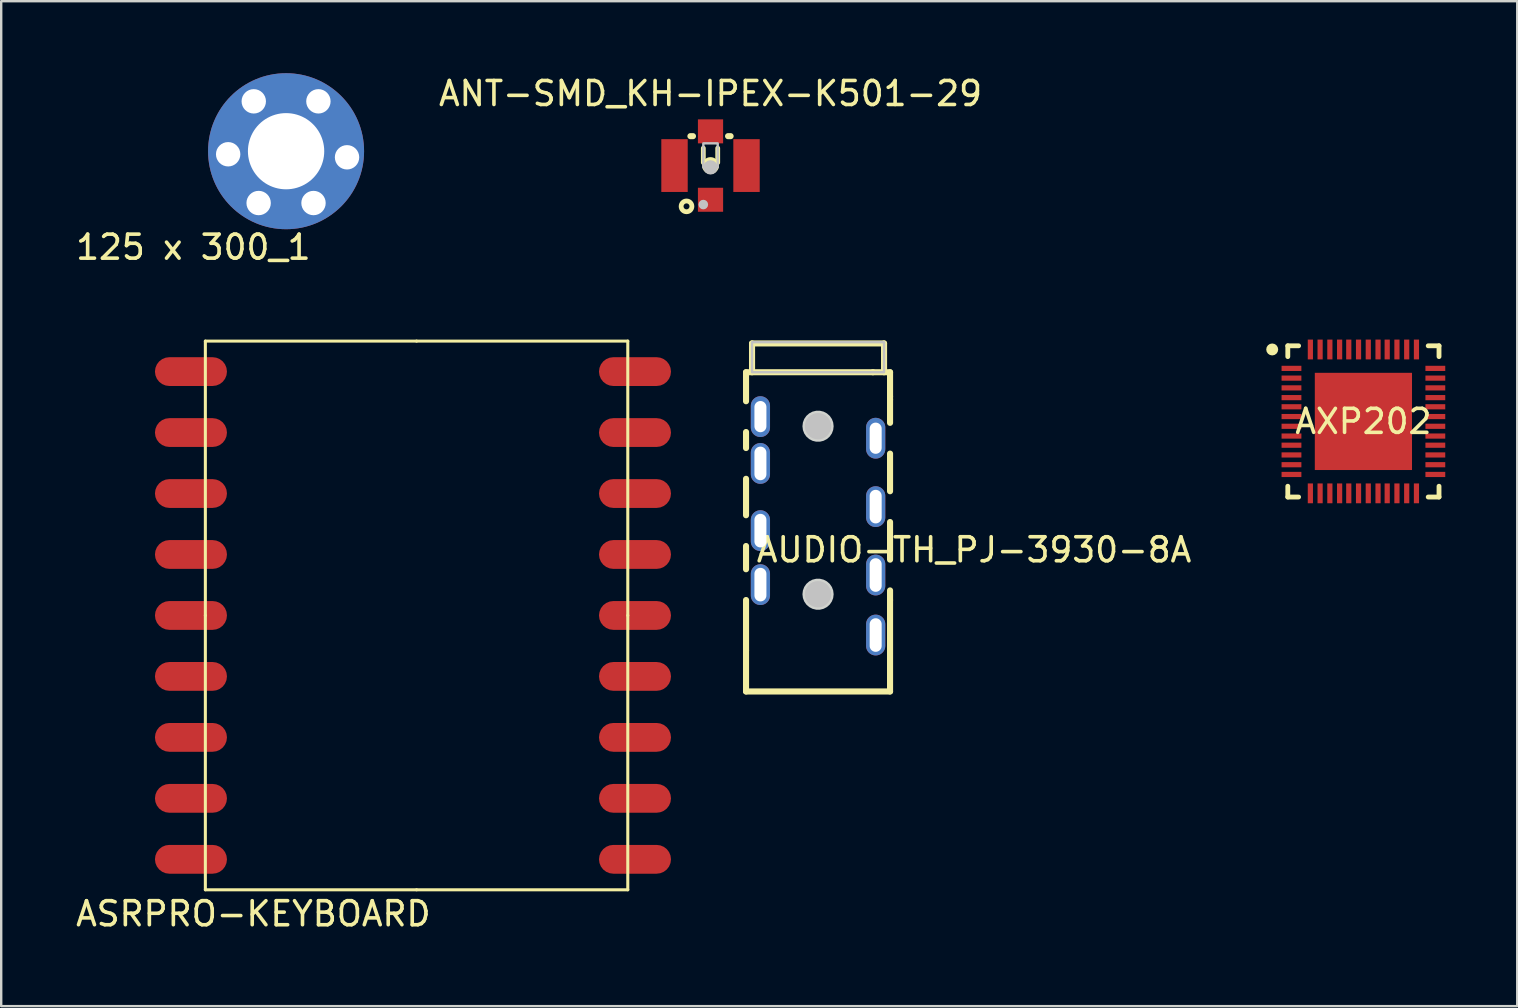
<source format=kicad_pcb>
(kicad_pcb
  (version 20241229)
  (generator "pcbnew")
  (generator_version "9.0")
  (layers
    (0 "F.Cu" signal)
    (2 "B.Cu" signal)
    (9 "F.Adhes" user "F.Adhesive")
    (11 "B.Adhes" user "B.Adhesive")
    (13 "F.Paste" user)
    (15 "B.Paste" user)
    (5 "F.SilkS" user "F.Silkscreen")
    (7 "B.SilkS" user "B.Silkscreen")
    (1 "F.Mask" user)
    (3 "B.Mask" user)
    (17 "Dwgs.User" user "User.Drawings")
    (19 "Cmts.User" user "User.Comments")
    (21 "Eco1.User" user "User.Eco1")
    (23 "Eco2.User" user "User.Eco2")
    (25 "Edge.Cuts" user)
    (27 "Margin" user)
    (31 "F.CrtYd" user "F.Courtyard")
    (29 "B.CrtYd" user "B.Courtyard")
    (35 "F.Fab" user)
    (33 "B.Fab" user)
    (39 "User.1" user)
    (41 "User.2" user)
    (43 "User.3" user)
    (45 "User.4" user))
  (footprint "AUDIO-TH_PJ-3930-8A"
    (layer "F.Cu")
    (at 31.033 18.858)
    (property "Reference" "AUDIO-TH_PJ-3930-8A" (at 6.5 1 0) (layer "F.SilkS") (effects (font (size 1 1) (thickness 0.15))))
    (fp_line (start -3 -6.399) (end -3 -5.191) (stroke (width 0.254) (type default)) (layer "F.SilkS"))
    (fp_line (start -3 -6.399) (end 2.286 -6.399) (stroke (width 0.254) (type default)) (layer "F.SilkS"))
    (fp_line (start -3 -3.909) (end -3 -3.241) (stroke (width 0.254) (type default)) (layer "F.SilkS"))
    (fp_line (start -3 -1.959) (end -3 -0.441) (stroke (width 0.254) (type default)) (layer "F.SilkS"))
    (fp_line (start -3 0.841) (end -3 1.809) (stroke (width 0.254) (type default)) (layer "F.SilkS"))
    (fp_line (start -3 3.091) (end -3 5.191) (stroke (width 0.254) (type default)) (layer "F.SilkS"))
    (fp_line (start -3 5.191) (end -3 6.901) (stroke (width 0.254) (type default)) (layer "F.SilkS"))
    (fp_line (start -3 6.901) (end 3 6.901) (stroke (width 0.254) (type default)) (layer "F.SilkS"))
    (fp_line (start -2.75 -7.599) (end 2.75 -7.599) (stroke (width 0.254) (type default)) (layer "F.SilkS"))
    (fp_line (start -2.75 -6.399) (end -2.75 -7.599) (stroke (width 0.254) (type default)) (layer "F.SilkS"))
    (fp_line (start 2.286 -6.399) (end 3 -6.399) (stroke (width 0.254) (type default)) (layer "F.SilkS"))
    (fp_line (start 2.75 -7.599) (end 2.75 -6.399) (stroke (width 0.254) (type default)) (layer "F.SilkS"))
    (fp_line (start 3 -6.399) (end 3 -5.391) (stroke (width 0.254) (type default)) (layer "F.SilkS"))
    (fp_line (start 3 -5.256) (end 3 -5.391) (stroke (width 0.254) (type default)) (layer "F.SilkS"))
    (fp_line (start 3 -4.291) (end 3 -5.256) (stroke (width 0.254) (type default)) (layer "F.SilkS"))
    (fp_line (start 3 -1.441) (end 3 -3.009) (stroke (width 0.254) (type default)) (layer "F.SilkS"))
    (fp_line (start 3 1.409) (end 3 -0.159) (stroke (width 0.254) (type default)) (layer "F.SilkS"))
    (fp_line (start 3 3.093) (end 3 2.691) (stroke (width 0.254) (type default)) (layer "F.SilkS"))
    (fp_line (start 3 3.093) (end 3 6.901) (stroke (width 0.254) (type default)) (layer "F.SilkS"))
    (fp_circle (center 0 -4.15) (end 0.275 -4.15) (stroke (width 0.55) (type default)) (fill no) (layer "Dwgs.User"))
    (fp_circle (center 0 2.85) (end 0.275 2.85) (stroke (width 0.55) (type default)) (fill no) (layer "Dwgs.User"))
    (fp_poly (pts (xy -2.75 -6.4) (xy -2.75 -7.65) (xy 2.75 -7.65) (xy 2.75 -6.4)) (stroke (width 0.1) (type default)) (fill no) (layer "Dwgs.User"))
    (fp_poly (pts (xy 0.65 -4.15) (xy 0.631 -4.306) (xy 0.576 -4.452) (xy 0.487 -4.581) (xy 0.369 -4.685) (xy 0.23 -4.758) (xy 0.078 -4.795) (xy -0.078 -4.795) (xy -0.23 -4.758) (xy -0.369 -4.685) (xy -0.487 -4.581) (xy -0.576 -4.452) (xy -0.631 -4.306) (xy -0.65 -4.15) (xy -0.631 -3.994) (xy -0.576 -3.848) (xy -0.487 -3.719) (xy -0.369 -3.615) (xy -0.23 -3.542) (xy -0.078 -3.505) (xy 0.078 -3.505) (xy 0.23 -3.542) (xy 0.369 -3.615) (xy 0.487 -3.719) (xy 0.576 -3.848) (xy 0.631 -3.994)) (stroke (width 0) (type default)) (fill yes) (layer "Edge.Cuts"))
    (fp_poly (pts (xy 0.65 2.85) (xy 0.631 2.694) (xy 0.576 2.548) (xy 0.487 2.419) (xy 0.369 2.315) (xy 0.23 2.242) (xy 0.078 2.205) (xy -0.078 2.205) (xy -0.23 2.242) (xy -0.369 2.315) (xy -0.487 2.419) (xy -0.576 2.548) (xy -0.631 2.694) (xy -0.65 2.85) (xy -0.631 3.006) (xy -0.576 3.152) (xy -0.487 3.281) (xy -0.369 3.385) (xy -0.23 3.458) (xy -0.078 3.495) (xy 0.078 3.495) (xy 0.23 3.458) (xy 0.369 3.385) (xy 0.487 3.281) (xy 0.576 3.152) (xy 0.631 3.006)) (stroke (width 0) (type default)) (fill yes) (layer "Edge.Cuts"))
    (fp_poly (pts (xy -2.276 -5.05) (xy -2.526 -5.05) (xy -2.526 -4.05) (xy -2.276 -4.05)) (stroke (width 0.1) (type default)) (fill no) (layer "User.1"))
    (fp_poly (pts (xy -2.276 -3.1) (xy -2.526 -3.1) (xy -2.526 -2.1) (xy -2.276 -2.1)) (stroke (width 0.1) (type default)) (fill no) (layer "User.1"))
    (fp_poly (pts (xy -2.276 -0.3) (xy -2.526 -0.3) (xy -2.526 0.7) (xy -2.276 0.7)) (stroke (width 0.1) (type default)) (fill no) (layer "User.1"))
    (fp_poly (pts (xy -2.276 1.95) (xy -2.526 1.95) (xy -2.526 2.95) (xy -2.276 2.95)) (stroke (width 0.1) (type default)) (fill no) (layer "User.1"))
    (fp_poly (pts (xy 2.526 -4.15) (xy 2.276 -4.15) (xy 2.276 -3.15) (xy 2.526 -3.15)) (stroke (width 0.1) (type default)) (fill no) (layer "User.1"))
    (fp_poly (pts (xy 2.526 -1.3) (xy 2.276 -1.3) (xy 2.276 -0.3) (xy 2.526 -0.3)) (stroke (width 0.1) (type default)) (fill no) (layer "User.1"))
    (fp_poly (pts (xy 2.526 1.55) (xy 2.276 1.55) (xy 2.276 2.55) (xy 2.526 2.55)) (stroke (width 0.1) (type default)) (fill no) (layer "User.1"))
    (fp_poly (pts (xy 2.526 4.05) (xy 2.276 4.05) (xy 2.276 5.05) (xy 2.526 5.05)) (stroke (width 0.1) (type default)) (fill no) (layer "User.1"))
    (fp_line (start -3 -6.45) (end -2.75 -6.45) (stroke (width 0.051) (type default)) (layer "User.2"))
    (fp_line (start -3 7.05) (end -3 -6.45) (stroke (width 0.051) (type default)) (layer "User.2"))
    (fp_line (start -2.75 -7.65) (end 2.75 -7.65) (stroke (width 0.051) (type default)) (layer "User.2"))
    (fp_line (start -2.75 -6.45) (end -2.75 -7.65) (stroke (width 0.051) (type default)) (layer "User.2"))
    (fp_line (start 2.75 -7.65) (end 2.75 -6.45) (stroke (width 0.051) (type default)) (layer "User.2"))
    (fp_line (start 2.75 -6.45) (end 3 -6.45) (stroke (width 0.051) (type default)) (layer "User.2"))
    (fp_line (start 3 -6.45) (end 3 7.05) (stroke (width 0.051) (type default)) (layer "User.2"))
    (fp_line (start 3 7.05) (end -3 7.05) (stroke (width 0.051) (type default)) (layer "User.2"))
    (fp_poly (pts (xy -2.91 -7.65) (xy -2.928 -7.692) (xy -2.97 -7.71) (xy -3.012 -7.692) (xy -3.03 -7.65) (xy -3.012 -7.608) (xy -2.97 -7.59) (xy -2.928 -7.608)) (stroke (width 0.1) (type default)) (fill no) (layer "User.3"))
    (pad "1" thru_hole oval (at 2.401 -3.65) (size 0.8 1.7) (drill oval 0.5 1.3) (layers "*.Cu" "*.Mask"))
    (pad "2" thru_hole oval (at -2.401 2.45) (size 0.8 1.7) (drill oval 0.5 1.4) (layers "*.Cu" "*.Mask"))
    (pad "3" thru_hole oval (at 2.401 2.05) (size 0.8 1.7) (drill oval 0.5 1.4) (layers "*.Cu" "*.Mask"))
    (pad "4" thru_hole oval (at 2.401 -0.8) (size 0.8 1.7) (drill oval 0.5 1.4) (layers "*.Cu" "*.Mask"))
    (pad "5" thru_hole oval (at 2.401 4.55) (size 0.8 1.7) (drill oval 0.5 1.4) (layers "*.Cu" "*.Mask"))
    (pad "6" thru_hole oval (at -2.401 0.2) (size 0.8 1.7) (drill oval 0.5 1.4) (layers "*.Cu" "*.Mask"))
    (pad "7" thru_hole oval (at -2.401 -2.6) (size 0.8 1.7) (drill oval 0.5 1.4) (layers "*.Cu" "*.Mask"))
    (pad "8" thru_hole oval (at -2.401 -4.55) (size 0.8 1.7) (drill oval 0.5 1.3) (layers "*.Cu" "*.Mask")))
  (footprint "AXP202"
    (layer "F.Cu")
    (at 53.755 14.508)
    (property "Reference" "AXP202" (at 0 0 0) (layer "F.SilkS") (effects (font (size 1 1) (thickness 0.15))))
    (fp_line (start -3.15 -3.15) (end -2.7 -3.15) (stroke (width 0.201) (type default)) (layer "F.SilkS"))
    (fp_line (start -3.15 -2.7) (end -3.15 -3.15) (stroke (width 0.201) (type default)) (layer "F.SilkS"))
    (fp_line (start -3.15 3.15) (end -3.15 2.7) (stroke (width 0.201) (type default)) (layer "F.SilkS"))
    (fp_line (start -2.7 3.15) (end -3.15 3.15) (stroke (width 0.201) (type default)) (layer "F.SilkS"))
    (fp_line (start 2.7 3.15) (end 3.15 3.15) (stroke (width 0.201) (type default)) (layer "F.SilkS"))
    (fp_line (start 3.15 -3.15) (end 2.7 -3.15) (stroke (width 0.201) (type default)) (layer "F.SilkS"))
    (fp_line (start 3.15 -2.7) (end 3.15 -3.15) (stroke (width 0.201) (type default)) (layer "F.SilkS"))
    (fp_line (start 3.15 3.15) (end 3.15 2.7) (stroke (width 0.201) (type default)) (layer "F.SilkS"))
    (fp_arc (start -3.6755 -2.997) (mid -3.924509 -2.99875) (end -3.6755 -2.9995) (stroke (width 0.249) (type default)) (layer "F.SilkS"))
    (pad "1" smd rect (at -2.997 -2.21 90) (size 0.216 0.826) (layers "F.Cu" "F.Mask" "F.Paste"))
    (pad "2" smd rect (at -2.997 -1.804 90) (size 0.216 0.826) (layers "F.Cu" "F.Mask" "F.Paste"))
    (pad "3" smd rect (at -2.997 -1.397 90) (size 0.216 0.826) (layers "F.Cu" "F.Mask" "F.Paste"))
    (pad "4" smd rect (at -2.997 -0.991 90) (size 0.216 0.826) (layers "F.Cu" "F.Mask" "F.Paste"))
    (pad "5" smd rect (at -2.997 -0.61 90) (size 0.216 0.826) (layers "F.Cu" "F.Mask" "F.Paste"))
    (pad "6" smd rect (at -2.997 -0.203 90) (size 0.216 0.826) (layers "F.Cu" "F.Mask" "F.Paste"))
    (pad "7" smd rect (at -2.997 0.203 90) (size 0.216 0.826) (layers "F.Cu" "F.Mask" "F.Paste"))
    (pad "8" smd rect (at -2.997 0.61 90) (size 0.216 0.826) (layers "F.Cu" "F.Mask" "F.Paste"))
    (pad "9" smd rect (at -2.997 0.991 90) (size 0.216 0.826) (layers "F.Cu" "F.Mask" "F.Paste"))
    (pad "10" smd rect (at -2.997 1.397 90) (size 0.216 0.826) (layers "F.Cu" "F.Mask" "F.Paste"))
    (pad "11" smd rect (at -2.997 1.804 90) (size 0.216 0.826) (layers "F.Cu" "F.Mask" "F.Paste"))
    (pad "12" smd rect (at -2.997 2.21 90) (size 0.216 0.826) (layers "F.Cu" "F.Mask" "F.Paste"))
    (pad "13" smd rect (at -2.21 2.997) (size 0.216 0.826) (layers "F.Cu" "F.Mask" "F.Paste"))
    (pad "14" smd rect (at -1.804 2.997) (size 0.216 0.826) (layers "F.Cu" "F.Mask" "F.Paste"))
    (pad "15" smd rect (at -1.397 2.997) (size 0.216 0.826) (layers "F.Cu" "F.Mask" "F.Paste"))
    (pad "16" smd rect (at -0.991 2.997) (size 0.216 0.826) (layers "F.Cu" "F.Mask" "F.Paste"))
    (pad "17" smd rect (at -0.61 2.997) (size 0.216 0.826) (layers "F.Cu" "F.Mask" "F.Paste"))
    (pad "18" smd rect (at -0.203 2.997) (size 0.216 0.826) (layers "F.Cu" "F.Mask" "F.Paste"))
    (pad "19" smd rect (at 0.203 2.997) (size 0.216 0.826) (layers "F.Cu" "F.Mask" "F.Paste"))
    (pad "20" smd rect (at 0.61 2.997) (size 0.216 0.826) (layers "F.Cu" "F.Mask" "F.Paste"))
    (pad "21" smd rect (at 0.991 2.997) (size 0.216 0.826) (layers "F.Cu" "F.Mask" "F.Paste"))
    (pad "22" smd rect (at 1.397 2.997) (size 0.216 0.826) (layers "F.Cu" "F.Mask" "F.Paste"))
    (pad "23" smd rect (at 1.804 2.997) (size 0.216 0.826) (layers "F.Cu" "F.Mask" "F.Paste"))
    (pad "24" smd rect (at 2.21 2.997) (size 0.216 0.826) (layers "F.Cu" "F.Mask" "F.Paste"))
    (pad "25" smd rect (at 2.997 2.21 90) (size 0.216 0.826) (layers "F.Cu" "F.Mask" "F.Paste"))
    (pad "26" smd rect (at 2.997 1.804 90) (size 0.216 0.826) (layers "F.Cu" "F.Mask" "F.Paste"))
    (pad "27" smd rect (at 2.997 1.397 90) (size 0.216 0.826) (layers "F.Cu" "F.Mask" "F.Paste"))
    (pad "28" smd rect (at 2.997 0.991 90) (size 0.216 0.826) (layers "F.Cu" "F.Mask" "F.Paste"))
    (pad "29" smd rect (at 2.997 0.61 90) (size 0.216 0.826) (layers "F.Cu" "F.Mask" "F.Paste"))
    (pad "30" smd rect (at 2.997 0.203 90) (size 0.216 0.826) (layers "F.Cu" "F.Mask" "F.Paste"))
    (pad "31" smd rect (at 2.997 -0.203 90) (size 0.216 0.826) (layers "F.Cu" "F.Mask" "F.Paste"))
    (pad "32" smd rect (at 2.997 -0.61 90) (size 0.216 0.826) (layers "F.Cu" "F.Mask" "F.Paste"))
    (pad "33" smd rect (at 2.997 -0.991 90) (size 0.216 0.826) (layers "F.Cu" "F.Mask" "F.Paste"))
    (pad "34" smd rect (at 2.997 -1.397 90) (size 0.216 0.826) (layers "F.Cu" "F.Mask" "F.Paste"))
    (pad "35" smd rect (at 2.997 -1.804 90) (size 0.216 0.826) (layers "F.Cu" "F.Mask" "F.Paste"))
    (pad "36" smd rect (at 2.997 -2.21 90) (size 0.216 0.826) (layers "F.Cu" "F.Mask" "F.Paste"))
    (pad "37" smd rect (at 2.21 -2.997) (size 0.216 0.826) (layers "F.Cu" "F.Mask" "F.Paste"))
    (pad "38" smd rect (at 1.804 -2.997) (size 0.216 0.826) (layers "F.Cu" "F.Mask" "F.Paste"))
    (pad "39" smd rect (at 1.397 -2.997) (size 0.216 0.826) (layers "F.Cu" "F.Mask" "F.Paste"))
    (pad "40" smd rect (at 0.991 -2.997) (size 0.216 0.826) (layers "F.Cu" "F.Mask" "F.Paste"))
    (pad "41" smd rect (at 0.61 -2.997) (size 0.216 0.826) (layers "F.Cu" "F.Mask" "F.Paste"))
    (pad "42" smd rect (at 0.203 -2.997) (size 0.216 0.826) (layers "F.Cu" "F.Mask" "F.Paste"))
    (pad "43" smd rect (at -0.203 -2.997) (size 0.216 0.826) (layers "F.Cu" "F.Mask" "F.Paste"))
    (pad "44" smd rect (at -0.61 -2.997) (size 0.216 0.826) (layers "F.Cu" "F.Mask" "F.Paste"))
    (pad "45" smd rect (at -0.991 -2.997) (size 0.216 0.826) (layers "F.Cu" "F.Mask" "F.Paste"))
    (pad "46" smd rect (at -1.397 -2.997) (size 0.216 0.826) (layers "F.Cu" "F.Mask" "F.Paste"))
    (pad "47" smd rect (at -1.804 -2.997) (size 0.216 0.826) (layers "F.Cu" "F.Mask" "F.Paste"))
    (pad "48" smd rect (at -2.21 -2.997) (size 0.216 0.826) (layers "F.Cu" "F.Mask" "F.Paste"))
    (pad "49" smd rect (at 0 0) (size 4.05 4.05) (layers "F.Cu" "F.Mask" "F.Paste")))
  (footprint "ASRPRO-KEYBOARD"
    (layer "F.Cu")
    (at 5.506 34.022)
    (property "Reference" "ASRPRO-KEYBOARD" (at 2 1 0) (layer "F.SilkS") (effects (font (size 1 1) (thickness 0.15))))
    (fp_line (start 0 -22.86) (end 8.8 -22.86) (stroke (width 0.127) (type default)) (layer "F.SilkS"))
    (fp_line (start 0 -11.43) (end 0 -22.86) (stroke (width 0.127) (type default)) (layer "F.SilkS"))
    (fp_line (start 0 0) (end 0 -11.43) (stroke (width 0.127) (type default)) (layer "F.SilkS"))
    (fp_line (start 0 0) (end 8.8 0) (stroke (width 0.127) (type default)) (layer "F.SilkS"))
    (fp_line (start 8.8 -22.86) (end 17.6 -22.86) (stroke (width 0.127) (type default)) (layer "F.SilkS"))
    (fp_line (start 8.8 0) (end 17.6 0) (stroke (width 0.127) (type default)) (layer "F.SilkS"))
    (fp_line (start 17.6 -11.43) (end 17.6 -22.86) (stroke (width 0.127) (type default)) (layer "F.SilkS"))
    (fp_line (start 17.6 0) (end 17.6 -11.43) (stroke (width 0.127) (type default)) (layer "F.SilkS"))
    (pad "1" smd roundrect (at -0.6 -21.59 90) (size 1.2 3) (layers "F.Cu" "F.Mask" "F.Paste") (roundrect_rratio 0.5))
    (pad "2" smd roundrect (at -0.6 -19.05 90) (size 1.2 3) (layers "F.Cu" "F.Mask" "F.Paste") (roundrect_rratio 0.5))
    (pad "3" smd roundrect (at -0.6 -16.51 90) (size 1.2 3) (layers "F.Cu" "F.Mask" "F.Paste") (roundrect_rratio 0.5))
    (pad "4" smd roundrect (at -0.6 -13.97 90) (size 1.2 3) (layers "F.Cu" "F.Mask" "F.Paste") (roundrect_rratio 0.5))
    (pad "5" smd roundrect (at -0.6 -11.43 90) (size 1.2 3) (layers "F.Cu" "F.Mask" "F.Paste") (roundrect_rratio 0.5))
    (pad "6" smd roundrect (at -0.6 -8.89 90) (size 1.2 3) (layers "F.Cu" "F.Mask" "F.Paste") (roundrect_rratio 0.5))
    (pad "7" smd roundrect (at -0.6 -6.35 90) (size 1.2 3) (layers "F.Cu" "F.Mask" "F.Paste") (roundrect_rratio 0.5))
    (pad "8" smd roundrect (at -0.6 -3.81 90) (size 1.2 3) (layers "F.Cu" "F.Mask" "F.Paste") (roundrect_rratio 0.5))
    (pad "9" smd roundrect (at -0.6 -1.27 90) (size 1.2 3) (layers "F.Cu" "F.Mask" "F.Paste") (roundrect_rratio 0.5))
    (pad "10" smd roundrect (at 17.9 -1.27 90) (size 1.2 3) (layers "F.Cu" "F.Mask" "F.Paste") (roundrect_rratio 0.5))
    (pad "11" smd roundrect (at 17.9 -3.81 90) (size 1.2 3) (layers "F.Cu" "F.Mask" "F.Paste") (roundrect_rratio 0.5))
    (pad "12" smd roundrect (at 17.9 -6.35 90) (size 1.2 3) (layers "F.Cu" "F.Mask" "F.Paste") (roundrect_rratio 0.5))
    (pad "13" smd roundrect (at 17.9 -8.89 90) (size 1.2 3) (layers "F.Cu" "F.Mask" "F.Paste") (roundrect_rratio 0.5))
    (pad "14" smd roundrect (at 17.9 -11.43 90) (size 1.2 3) (layers "F.Cu" "F.Mask" "F.Paste") (roundrect_rratio 0.5))
    (pad "15" smd roundrect (at 17.9 -13.97 90) (size 1.2 3) (layers "F.Cu" "F.Mask" "F.Paste") (roundrect_rratio 0.5))
    (pad "16" smd roundrect (at 17.9 -16.51 90) (size 1.2 3) (layers "F.Cu" "F.Mask" "F.Paste") (roundrect_rratio 0.5))
    (pad "17" smd roundrect (at 17.9 -19.05 90) (size 1.2 3) (layers "F.Cu" "F.Mask" "F.Paste") (roundrect_rratio 0.5))
    (pad "18" smd roundrect (at 17.9 -21.59 90) (size 1.2 3) (layers "F.Cu" "F.Mask" "F.Paste") (roundrect_rratio 0.5)))
  (footprint "125 x 300_1"
    (layer "F.Cu")
    (at 1.506 3.25)
    (property "Reference" "125 x 300_1" (at 3.5 4 0) (layer "F.SilkS") (effects (font (size 1 1) (thickness 0.15))))
    (pad "1" thru_hole circle (at 4.95 0.127) (size 1.016 1.016) (drill oval 1.021 1.016) (layers "*.Cu" "*.Mask"))
    (pad "1" thru_hole circle (at 6.017 -2.078 300) (size 1.016 1.016) (drill oval 1.021 1.016) (layers "*.Cu" "*.Mask"))
    (pad "1" thru_hole circle (at 6.22 2.159 60) (size 1.016 1.016) (drill oval 1.021 1.016) (layers "*.Cu" "*.Mask"))
    (pad "1" thru_hole circle (at 7.363 0) (size 6.5 6.5) (drill oval 3.18 3.175) (layers "*.Cu" "*.Mask"))
    (pad "1" thru_hole circle (at 8.506 2.159 120) (size 1.016 1.016) (drill oval 1.021 1.016) (layers "*.Cu" "*.Mask"))
    (pad "1" thru_hole circle (at 8.71 -2.078 240) (size 1.016 1.016) (drill oval 1.021 1.016) (layers "*.Cu" "*.Mask"))
    (pad "1" thru_hole circle (at 9.903 0.254 180) (size 1.016 1.016) (drill oval 1.021 1.016) (layers "*.Cu" "*.Mask")))
  (footprint "ANT-SMD_KH-IPEX-K501-29"
    (layer "F.Cu")
    (at 26.553 3.848)
    (property "Reference" "ANT-SMD_KH-IPEX-K501-29" (at 0 -3 0) (layer "F.SilkS") (effects (font (size 1 1) (thickness 0.15))))
    (fp_line (start -0.837 -1.225) (end -0.731 -1.225) (stroke (width 0.254) (type default)) (layer "F.SilkS"))
    (fp_line (start -0.3 -0.125) (end -0.3 -0.725) (stroke (width 0.2) (type default)) (layer "F.SilkS"))
    (fp_line (start 0.3 -0.125) (end 0.3 -0.725) (stroke (width 0.2) (type default)) (layer "F.SilkS"))
    (fp_line (start 0.731 -1.225) (end 0.837 -1.225) (stroke (width 0.254) (type default)) (layer "F.SilkS"))
    (fp_circle (center -1 1.7) (end -0.776 1.7) (stroke (width 0.2) (type default)) (fill no) (layer "F.SilkS"))
    (fp_circle (center 0 0) (end 0.224 0) (stroke (width 0.254) (type default)) (fill no) (layer "F.SilkS"))
    (fp_circle (center -0.3 1.625) (end -0.2 1.625) (stroke (width 0.2) (type default)) (fill no) (layer "Dwgs.User"))
    (fp_circle (center 0 0.075) (end 0.15 0.075) (stroke (width 0.3) (type default)) (fill no) (layer "Dwgs.User"))
    (fp_poly (pts (xy -0.3 -0.925) (xy -0.3 0.075) (xy 0.3 0.075) (xy 0.3 -0.925)) (stroke (width 0.1) (type default)) (fill no) (layer "Dwgs.User"))
    (fp_poly (pts (xy -1.05 -0.9) (xy -1.05 0.9) (xy -1.5 0.9) (xy -1.5 -0.9)) (stroke (width 0.1) (type default)) (fill no) (layer "User.1"))
    (fp_poly (pts (xy -0.3 1) (xy 0.3 1) (xy 0.3 1.551) (xy -0.3 1.551)) (stroke (width 0.1) (type default)) (fill no) (layer "User.1"))
    (fp_poly (pts (xy 0.3 -1.201) (xy -0.3 -1.201) (xy -0.3 -1.651) (xy 0.3 -1.651)) (stroke (width 0.1) (type default)) (fill no) (layer "User.1"))
    (fp_poly (pts (xy 1.05 0.9) (xy 1.05 -0.9) (xy 1.5 -0.9) (xy 1.5 0.9)) (stroke (width 0.1) (type default)) (fill no) (layer "User.1"))
    (fp_line (start -1.3 0.925) (end -1.3 1.007) (stroke (width 0.051) (type default)) (layer "User.2"))
    (fp_line (start -1.3 -1.053) (end -1.3 0.924) (stroke (width 0.051) (type default)) (layer "User.2"))
    (fp_line (start -1.048 -1.3) (end -1.052 -1.3) (stroke (width 0.051) (type default)) (layer "User.2"))
    (fp_line (start -1.008 1.298) (end 1.05 1.298) (stroke (width 0.051) (type default)) (layer "User.2"))
    (fp_line (start 0.97 -1.302) (end -1.048 -1.3) (stroke (width 0.051) (type default)) (layer "User.2"))
    (fp_line (start 1.05 -1.302) (end 0.97 -1.302) (stroke (width 0.051) (type default)) (layer "User.2"))
    (fp_line (start 1.3 1.05) (end 1.3 1.045) (stroke (width 0.051) (type default)) (layer "User.2"))
    (fp_line (start 1.3 1.044) (end 1.3 -1.051) (stroke (width 0.051) (type default)) (layer "User.2"))
    (fp_arc (start -1.2995 -1.053) (mid -1.227009 -1.228009) (end -1.052 -1.3005) (stroke (width 0.051) (type default)) (layer "User.2"))
    (fp_arc (start -1.2995 0.9245) (mid -1.299646 0.924854) (end -1.3 0.925) (stroke (width 0.051) (type default)) (layer "User.2"))
    (fp_arc (start -1.0085 1.2985) (mid -1.214622 1.213122) (end -1.3 1.007) (stroke (width 0.051) (type default)) (layer "User.2"))
    (fp_arc (start 1.05 -1.3015) (mid 1.22713 -1.22813) (end 1.3 -1.051) (stroke (width 0.051) (type default)) (layer "User.2"))
    (fp_arc (start 1.0505 1.2985) (mid 1.050854 1.298646) (end 1.0505 1.299) (stroke (width 0.051) (type default)) (layer "User.2"))
    (fp_arc (start 1.2995 1.05) (mid 1.22657 1.22607) (end 1.0505 1.299) (stroke (width 0.051) (type default)) (layer "User.2"))
    (fp_arc (start 1.3 1.044) (mid 1.299854 1.044354) (end 1.2995 1.045) (stroke (width 0.051) (type default)) (layer "User.2"))
    (fp_poly (pts (xy 1.56 1.551) (xy 1.542 1.509) (xy 1.5 1.491) (xy 1.458 1.509) (xy 1.44 1.551) (xy 1.458 1.593) (xy 1.5 1.611) (xy 1.542 1.593)) (stroke (width 0.1) (type default)) (fill no) (layer "User.3"))
    (pad "1" smd rect (at 0 1.425) (size 1.05 1) (layers "F.Cu" "F.Mask" "F.Paste"))
    (pad "2" smd rect (at -1.5 0 90) (size 2.2 1.1) (layers "F.Cu" "F.Mask" "F.Paste"))
    (pad "3" smd rect (at 1.5 0 90) (size 2.2 1.1) (layers "F.Cu" "F.Mask" "F.Paste"))
    (pad "4" smd rect (at 0 -1.425) (size 1.05 1) (layers "F.Cu" "F.Mask" "F.Paste")))
  (gr_rect
    (start -3 -3)
    (end 60.164 38.87)
    (stroke (width 0.1) (type default))
    (fill no)
    (layer "Edge.Cuts")))
</source>
